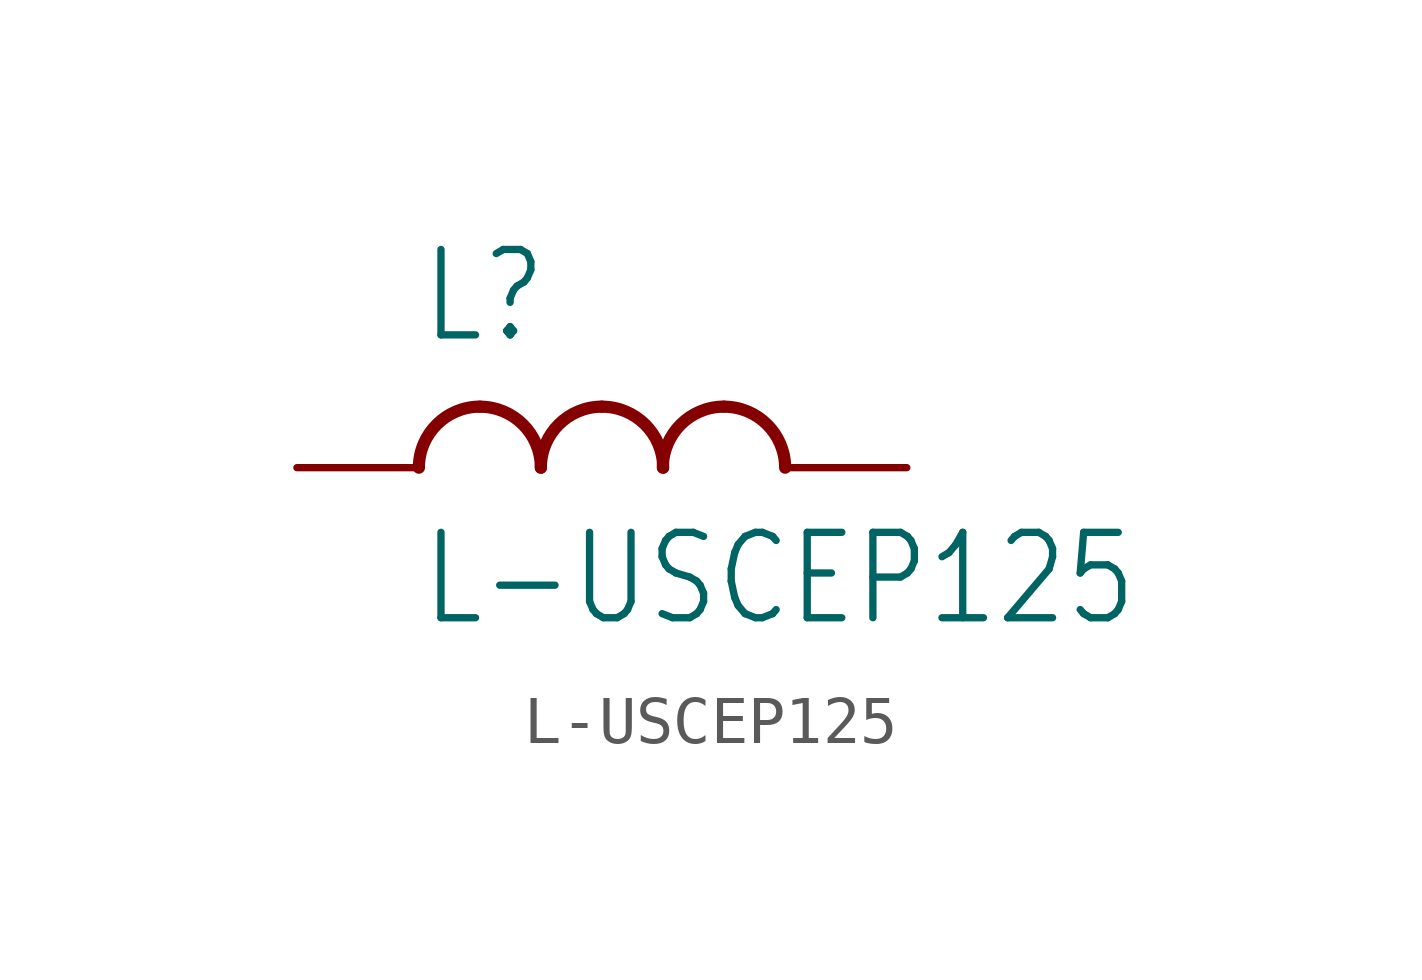
<source format=kicad_sym>
(kicad_symbol_lib
  (version 20211014)
  (generator kicad_symbol_editor)
  (symbol "L-USCEP125"
    (property "Reference" "L"
      (at -5.08 2.54 0)
      (effects (font (size 1.778 1.511)) (justify left bottom)))
    (property "Value" "L-USCEP125"
      (at -5.08 -1.27 0)
      (effects (font (size 1.778 1.511)) (justify left top)))
    (property "ki_locked" ""
      (at 0 0 0)
      (effects (font (size 1.27 1.27))))
    (symbol "L-USCEP125_1_0"
      (arc (start -3.81 1.27) (mid -4.708 0.898) (end -5.08 0) (stroke (width 0.254) (type default) (color 0 0 0 0)) (fill (type none)))
      (arc (start -2.54 0) (mid -2.912 0.898) (end -3.81 1.27) (stroke (width 0.254) (type default) (color 0 0 0 0)) (fill (type none)))
      (arc (start -1.27 1.27) (mid -2.168 0.898) (end -2.54 0) (stroke (width 0.254) (type default) (color 0 0 0 0)) (fill (type none)))
      (arc (start 0 0) (mid -0.372 0.898) (end -1.27 1.27) (stroke (width 0.254) (type default) (color 0 0 0 0)) (fill (type none)))
      (arc (start 1.27 1.27) (mid 0.372 0.898) (end 0 0) (stroke (width 0.254) (type default) (color 0 0 0 0)) (fill (type none)))
      (arc (start 2.54 0) (mid 2.168 0.898) (end 1.27 1.27) (stroke (width 0.254) (type default) (color 0 0 0 0)) (fill (type none)))
      (pin passive line (at -7.62 0 0) (length 2.54) (name "1" (effects (font (size 0 0)))) (number "1" (effects (font (size 0 0)))))
      (pin passive line (at 5.08 0 180) (length 2.54) (name "2" (effects (font (size 0 0)))) (number "2" (effects (font (size 0 0))))))))
</source>
